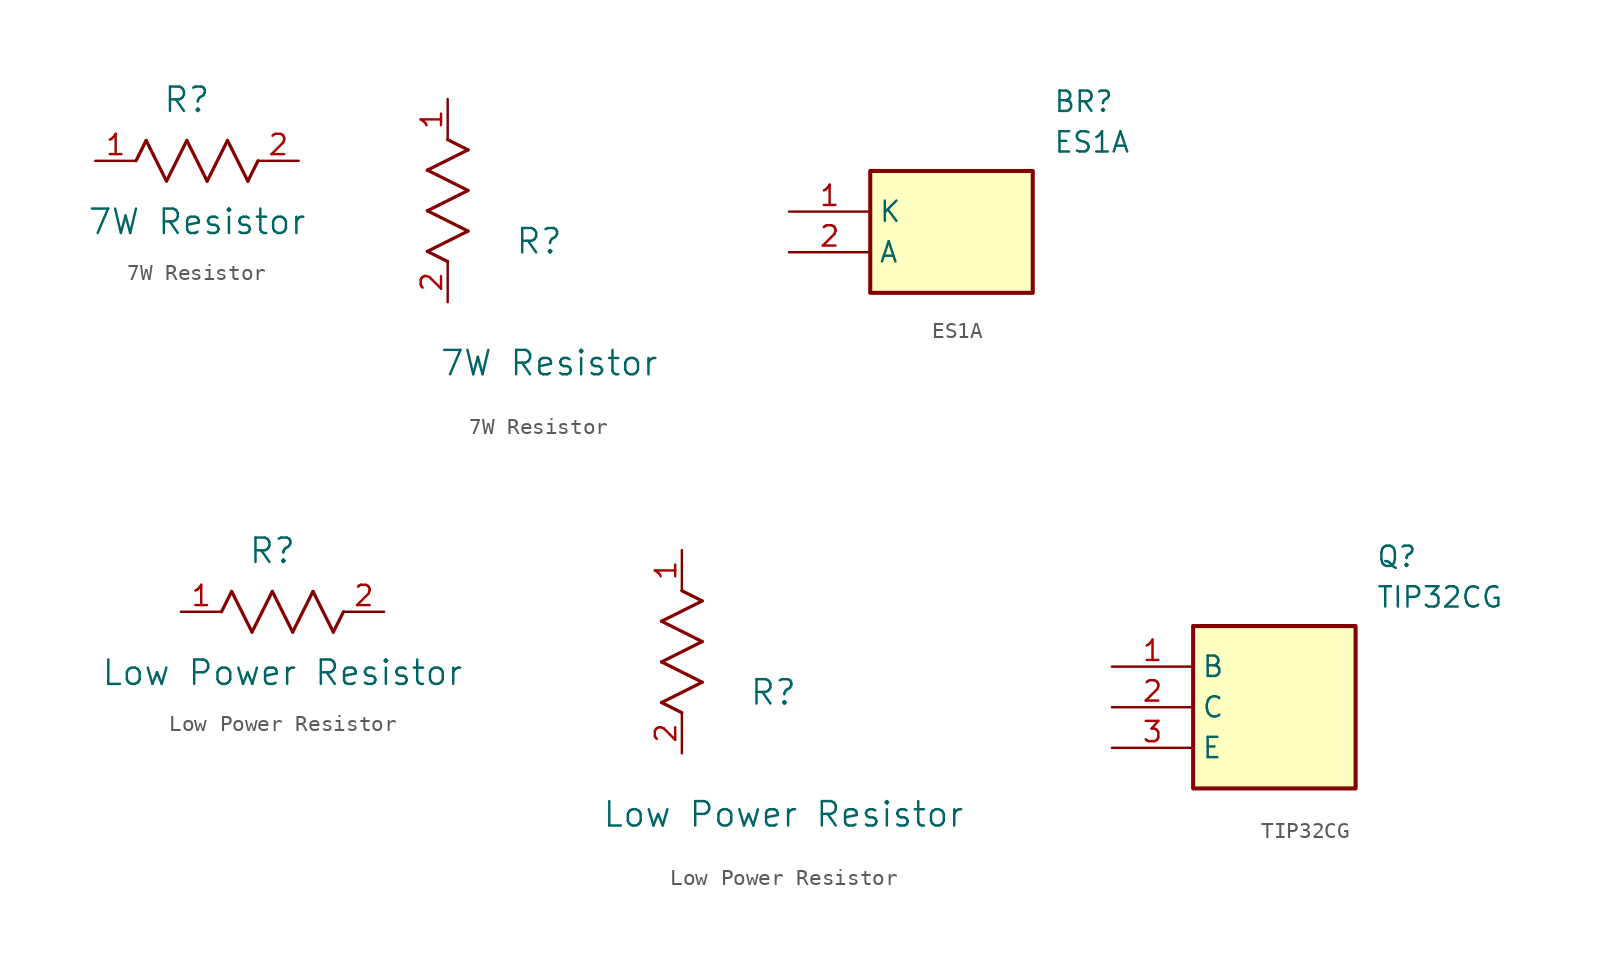
<source format=kicad_sym>
(kicad_symbol_lib
  (version 20220914)
  (generator kicad_symbol_editor)
  (symbol "7W Resistor"
    (pin_names
      (offset 0.254))
    (property "Reference" "R"
      (at 5.715 3.81 0)
      (effects (font (size 1.524 1.524))))
    (property "Value" "7W Resistor"
      (at 6.35 -3.81 0)
      (effects (font (size 1.524 1.524))))
    (property "ki_locked" ""
      (at 0 0 0)
      (effects (font (size 1.27 1.27))))
    (symbol "7W Resistor_1_1"
      (polyline (pts (xy 2.54 0) (xy 3.175 1.27)) (stroke (width 0.203) (type default)) (fill (type none)))
      (polyline (pts (xy 3.175 1.27) (xy 4.445 -1.27)) (stroke (width 0.203) (type default)) (fill (type none)))
      (polyline (pts (xy 4.445 -1.27) (xy 5.715 1.27)) (stroke (width 0.203) (type default)) (fill (type none)))
      (polyline (pts (xy 5.715 1.27) (xy 6.985 -1.27)) (stroke (width 0.203) (type default)) (fill (type none)))
      (polyline (pts (xy 6.985 -1.27) (xy 8.255 1.27)) (stroke (width 0.203) (type default)) (fill (type none)))
      (polyline (pts (xy 8.255 1.27) (xy 9.525 -1.27)) (stroke (width 0.203) (type default)) (fill (type none)))
      (polyline (pts (xy 9.525 -1.27) (xy 10.16 0)) (stroke (width 0.203) (type default)) (fill (type none)))
      (pin unspecified line (at 0 0 0) (length 2.54) (name "" (effects (font (size 1.27 1.27)))) (number "1" (effects (font (size 1.27 1.27)))))
      (pin unspecified line (at 12.7 0 180) (length 2.54) (name "" (effects (font (size 1.27 1.27)))) (number "2" (effects (font (size 1.27 1.27))))))
    (symbol "7W Resistor_1_2"
      (polyline (pts (xy -1.27 3.175) (xy 1.27 4.445)) (stroke (width 0.203) (type default)) (fill (type none)))
      (polyline (pts (xy -1.27 5.715) (xy 1.27 6.985)) (stroke (width 0.203) (type default)) (fill (type none)))
      (polyline (pts (xy -1.27 8.255) (xy 1.27 9.525)) (stroke (width 0.203) (type default)) (fill (type none)))
      (polyline (pts (xy 0 2.54) (xy -1.27 3.175)) (stroke (width 0.203) (type default)) (fill (type none)))
      (polyline (pts (xy 1.27 4.445) (xy -1.27 5.715)) (stroke (width 0.203) (type default)) (fill (type none)))
      (polyline (pts (xy 1.27 6.985) (xy -1.27 8.255)) (stroke (width 0.203) (type default)) (fill (type none)))
      (polyline (pts (xy 1.27 9.525) (xy 0 10.16)) (stroke (width 0.203) (type default)) (fill (type none)))
      (pin unspecified line (at 0 12.7 270) (length 2.54) (name "" (effects (font (size 1.27 1.27)))) (number "1" (effects (font (size 1.27 1.27)))))
      (pin unspecified line (at 0 0 90) (length 2.54) (name "" (effects (font (size 1.27 1.27)))) (number "2" (effects (font (size 1.27 1.27)))))))
  (symbol "ES1A"
    (property "Reference" "BR"
      (at 16.51 7.62 0)
      (effects (font (size 1.27 1.27)) (justify left top)))
    (property "Value" "ES1A"
      (at 16.51 5.08 0)
      (effects (font (size 1.27 1.27)) (justify left top)))
    (symbol "ES1A_1_1"
      (rectangle (start 5.08 2.54) (end 15.24 -5.08) (stroke (width 0.254) (type default)) (fill (type background)))
      (pin passive line (at 0 0 0) (length 5.08) (name "K" (effects (font (size 1.27 1.27)))) (number "1" (effects (font (size 1.27 1.27)))))
      (pin passive line (at 0 -2.54 0) (length 5.08) (name "A" (effects (font (size 1.27 1.27)))) (number "2" (effects (font (size 1.27 1.27)))))))
  (symbol "Low Power Resistor"
    (pin_names
      (offset 0.254))
    (property "Reference" "R"
      (at 5.715 3.81 0)
      (effects (font (size 1.524 1.524))))
    (property "Value" "Low Power Resistor"
      (at 6.35 -3.81 0)
      (effects (font (size 1.524 1.524))))
    (property "ki_locked" ""
      (at 0 0 0)
      (effects (font (size 1.27 1.27))))
    (symbol "Low Power Resistor_1_1"
      (polyline (pts (xy 2.54 0) (xy 3.175 1.27)) (stroke (width 0.203) (type default)) (fill (type none)))
      (polyline (pts (xy 3.175 1.27) (xy 4.445 -1.27)) (stroke (width 0.203) (type default)) (fill (type none)))
      (polyline (pts (xy 4.445 -1.27) (xy 5.715 1.27)) (stroke (width 0.203) (type default)) (fill (type none)))
      (polyline (pts (xy 5.715 1.27) (xy 6.985 -1.27)) (stroke (width 0.203) (type default)) (fill (type none)))
      (polyline (pts (xy 6.985 -1.27) (xy 8.255 1.27)) (stroke (width 0.203) (type default)) (fill (type none)))
      (polyline (pts (xy 8.255 1.27) (xy 9.525 -1.27)) (stroke (width 0.203) (type default)) (fill (type none)))
      (polyline (pts (xy 9.525 -1.27) (xy 10.16 0)) (stroke (width 0.203) (type default)) (fill (type none)))
      (pin unspecified line (at 0 0 0) (length 2.54) (name "" (effects (font (size 1.27 1.27)))) (number "1" (effects (font (size 1.27 1.27)))))
      (pin unspecified line (at 12.7 0 180) (length 2.54) (name "" (effects (font (size 1.27 1.27)))) (number "2" (effects (font (size 1.27 1.27))))))
    (symbol "Low Power Resistor_1_2"
      (polyline (pts (xy -1.27 3.175) (xy 1.27 4.445)) (stroke (width 0.203) (type default)) (fill (type none)))
      (polyline (pts (xy -1.27 5.715) (xy 1.27 6.985)) (stroke (width 0.203) (type default)) (fill (type none)))
      (polyline (pts (xy -1.27 8.255) (xy 1.27 9.525)) (stroke (width 0.203) (type default)) (fill (type none)))
      (polyline (pts (xy 0 2.54) (xy -1.27 3.175)) (stroke (width 0.203) (type default)) (fill (type none)))
      (polyline (pts (xy 1.27 4.445) (xy -1.27 5.715)) (stroke (width 0.203) (type default)) (fill (type none)))
      (polyline (pts (xy 1.27 6.985) (xy -1.27 8.255)) (stroke (width 0.203) (type default)) (fill (type none)))
      (polyline (pts (xy 1.27 9.525) (xy 0 10.16)) (stroke (width 0.203) (type default)) (fill (type none)))
      (pin unspecified line (at 0 12.7 270) (length 2.54) (name "" (effects (font (size 1.27 1.27)))) (number "1" (effects (font (size 1.27 1.27)))))
      (pin unspecified line (at 0 0 90) (length 2.54) (name "" (effects (font (size 1.27 1.27)))) (number "2" (effects (font (size 1.27 1.27)))))))
  (symbol "TIP32CG"
    (property "Reference" "Q"
      (at 16.51 7.62 0)
      (effects (font (size 1.27 1.27)) (justify left top)))
    (property "Value" "TIP32CG"
      (at 16.51 5.08 0)
      (effects (font (size 1.27 1.27)) (justify left top)))
    (symbol "TIP32CG_1_1"
      (rectangle (start 5.08 2.54) (end 15.24 -7.62) (stroke (width 0.254) (type default)) (fill (type background)))
      (pin passive line (at 0 0 0) (length 5.08) (name "B" (effects (font (size 1.27 1.27)))) (number "1" (effects (font (size 1.27 1.27)))))
      (pin passive line (at 0 -2.54 0) (length 5.08) (name "C" (effects (font (size 1.27 1.27)))) (number "2" (effects (font (size 1.27 1.27)))))
      (pin passive line (at 0 -5.08 0) (length 5.08) (name "E" (effects (font (size 1.27 1.27)))) (number "3" (effects (font (size 1.27 1.27))))))))
</source>
